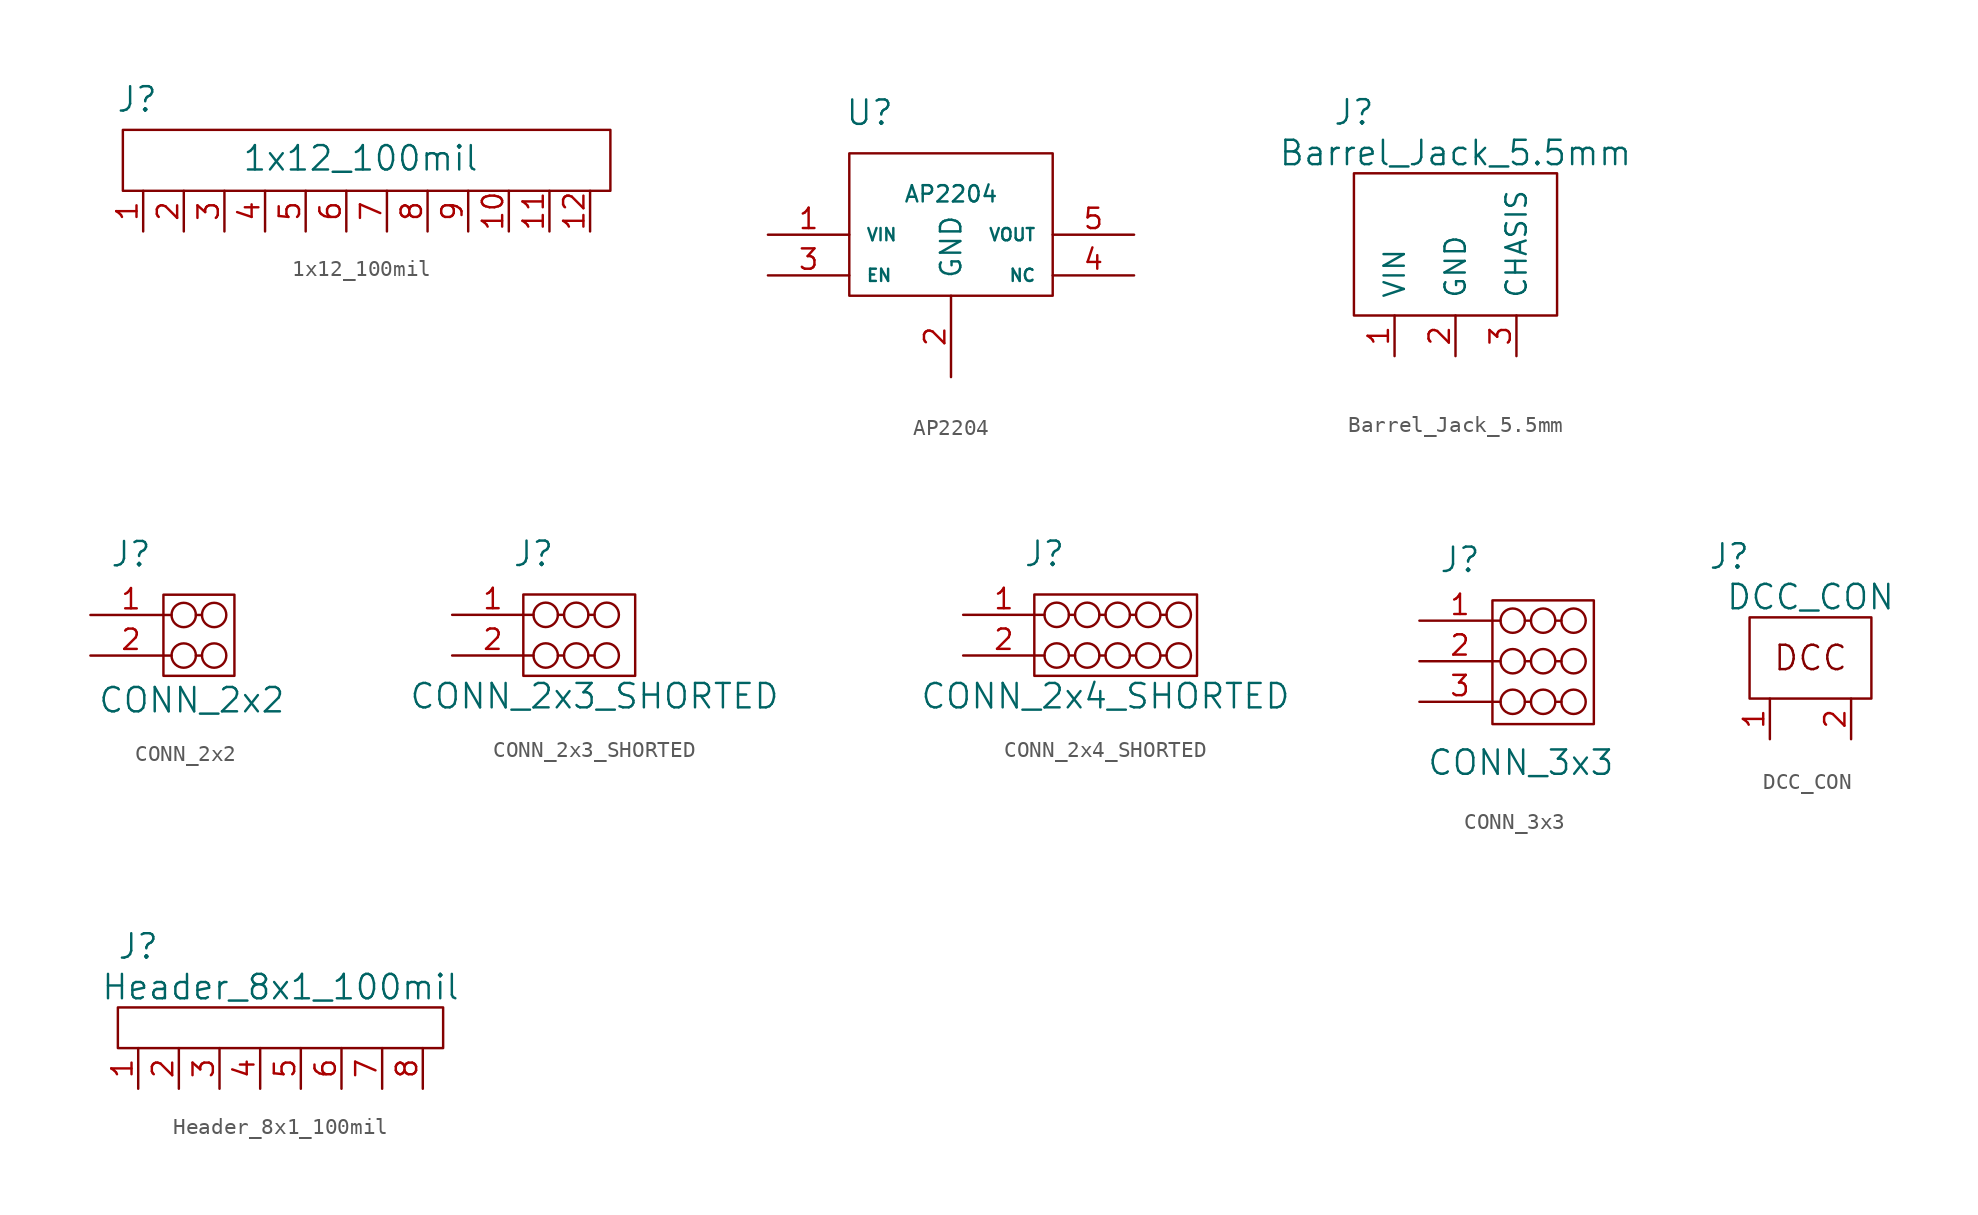
<source format=kicad_sym>
(kicad_symbol_lib
  (version 20211014)
  (generator kicad_symbol_editor)
  (symbol "1x12_100mil"
    (pin_names
      (offset 1.016))
    (property "Reference" "J"
      (at -11.811 5.715 0)
      (effects (font (size 1.524 1.524))))
    (property "Value" "1x12_100mil"
      (at 2.159 2.032 0)
      (effects (font (size 1.524 1.524))))
    (property "Footprint" ""
      (at 0 0 0)
      (effects (font (size 1.524 1.524))))
    (property "Datasheet" ""
      (at 0 0 0)
      (effects (font (size 1.524 1.524))))
    (symbol "1x12_100mil_0_1"
      (rectangle (start -12.7 3.81) (end 17.78 0) (stroke (width 0) (type default) (color 0 0 0 0)) (fill (type none))))
    (symbol "1x12_100mil_1_1"
      (pin input line (at -11.43 -2.54 90) (length 2.54) (name "~" (effects (font (size 1.27 1.27)))) (number "1" (effects (font (size 1.27 1.27)))))
      (pin input line (at 11.43 -2.54 90) (length 2.54) (name "~" (effects (font (size 1.27 1.27)))) (number "10" (effects (font (size 1.27 1.27)))))
      (pin input line (at 13.97 -2.54 90) (length 2.54) (name "~" (effects (font (size 1.27 1.27)))) (number "11" (effects (font (size 1.27 1.27)))))
      (pin input line (at 16.51 -2.54 90) (length 2.54) (name "~" (effects (font (size 1.27 1.27)))) (number "12" (effects (font (size 1.27 1.27)))))
      (pin input line (at -8.89 -2.54 90) (length 2.54) (name "~" (effects (font (size 1.27 1.27)))) (number "2" (effects (font (size 1.27 1.27)))))
      (pin input line (at -6.35 -2.54 90) (length 2.54) (name "~" (effects (font (size 1.27 1.27)))) (number "3" (effects (font (size 1.27 1.27)))))
      (pin input line (at -3.81 -2.54 90) (length 2.54) (name "~" (effects (font (size 1.27 1.27)))) (number "4" (effects (font (size 1.27 1.27)))))
      (pin input line (at -1.27 -2.54 90) (length 2.54) (name "~" (effects (font (size 1.27 1.27)))) (number "5" (effects (font (size 1.27 1.27)))))
      (pin input line (at 1.27 -2.54 90) (length 2.54) (name "~" (effects (font (size 1.27 1.27)))) (number "6" (effects (font (size 1.27 1.27)))))
      (pin input line (at 3.81 -2.54 90) (length 2.54) (name "~" (effects (font (size 1.27 1.27)))) (number "7" (effects (font (size 1.27 1.27)))))
      (pin input line (at 6.35 -2.54 90) (length 2.54) (name "~" (effects (font (size 1.27 1.27)))) (number "8" (effects (font (size 1.27 1.27)))))
      (pin input line (at 8.89 -2.54 90) (length 2.54) (name "~" (effects (font (size 1.27 1.27)))) (number "9" (effects (font (size 1.27 1.27)))))))
  (symbol "AP2204"
    (pin_names
      (offset 1.016))
    (property "Reference" "U"
      (at -5.08 8.89 0)
      (effects (font (size 1.524 1.524))))
    (property "Value" "AP2204"
      (at 0 3.81 0)
      (effects (font (size 1.016 1.016))))
    (symbol "AP2204_0_1"
      (rectangle (start -6.35 6.35) (end 6.35 -2.54) (stroke (width 0) (type default) (color 0 0 0 0)) (fill (type none))))
    (symbol "AP2204_1_1"
      (pin input line (at -11.43 1.27 0) (length 5.08) (name "VIN" (effects (font (size 0.762 0.762)))) (number "1" (effects (font (size 1.27 1.27)))))
      (pin input line (at 0 -7.62 90) (length 5.08) (name "GND" (effects (font (size 1.27 1.27)))) (number "2" (effects (font (size 1.27 1.27)))))
      (pin input line (at -11.43 -1.27 0) (length 5.08) (name "EN" (effects (font (size 0.762 0.762)))) (number "3" (effects (font (size 1.27 1.27)))))
      (pin input line (at 11.43 -1.27 180) (length 5.08) (name "NC" (effects (font (size 0.762 0.762)))) (number "4" (effects (font (size 1.27 1.27)))))
      (pin input line (at 11.43 1.27 180) (length 5.08) (name "VOUT" (effects (font (size 0.762 0.762)))) (number "5" (effects (font (size 1.27 1.27)))))))
  (symbol "Barrel_Jack_5.5mm"
    (pin_names
      (offset 1.016))
    (property "Reference" "J"
      (at -6.35 8.89 0)
      (effects (font (size 1.524 1.524))))
    (property "Value" "Barrel_Jack_5.5mm"
      (at 0 6.35 0)
      (effects (font (size 1.524 1.524))))
    (property "Footprint" ""
      (at 0 -7.62 90)
      (effects (font (size 1.524 1.524))))
    (property "Datasheet" ""
      (at 0 -7.62 90)
      (effects (font (size 1.524 1.524))))
    (symbol "Barrel_Jack_5.5mm_0_1"
      (rectangle (start -6.35 -3.81) (end 6.35 5.08) (stroke (width 0) (type default) (color 0 0 0 0)) (fill (type none))))
    (symbol "Barrel_Jack_5.5mm_1_1"
      (pin input line (at -3.81 -6.35 90) (length 2.54) (name "VIN" (effects (font (size 1.27 1.27)))) (number "1" (effects (font (size 1.27 1.27)))))
      (pin input line (at 0 -6.35 90) (length 2.54) (name "GND" (effects (font (size 1.27 1.27)))) (number "2" (effects (font (size 1.27 1.27)))))
      (pin input line (at 3.81 -6.35 90) (length 2.54) (name "CHASIS" (effects (font (size 1.27 1.27)))) (number "3" (effects (font (size 1.27 1.27)))))))
  (symbol "CONN_2x2"
    (pin_names
      (offset 1.016))
    (property "Reference" "J"
      (at -3.81 6.35 0)
      (effects (font (size 1.524 1.524))))
    (property "Value" "CONN_2x2"
      (at 0 -2.794 0)
      (effects (font (size 1.524 1.524))))
    (symbol "CONN_2x2_0_1"
      (rectangle (start -1.778 3.81) (end 2.667 -1.27) (stroke (width 0) (type default) (color 0 0 0 0)) (fill (type none)))
      (circle (center -0.508 0) (radius 0.762) (stroke (width 0) (type default) (color 0 0 0 0)) (fill (type none)))
      (circle (center -0.508 2.54) (radius 0.762) (stroke (width 0) (type default) (color 0 0 0 0)) (fill (type none)))
      (polyline (pts (xy 0.254 0) (xy 0.635 0)) (stroke (width 0) (type default) (color 0 0 0 0)) (fill (type none)))
      (polyline (pts (xy 0.635 2.54) (xy 0.254 2.54)) (stroke (width 0) (type default) (color 0 0 0 0)) (fill (type none)))
      (circle (center 1.397 0) (radius 0.762) (stroke (width 0) (type default) (color 0 0 0 0)) (fill (type none)))
      (circle (center 1.397 2.54) (radius 0.762) (stroke (width 0) (type default) (color 0 0 0 0)) (fill (type none))))
    (symbol "CONN_2x2_1_1"
      (pin input line (at -6.35 2.54 0) (length 5.08) (name "~" (effects (font (size 1.27 1.27)))) (number "1" (effects (font (size 1.27 1.27)))))
      (pin input line (at -6.35 0 0) (length 5.08) (name "~" (effects (font (size 1.27 1.27)))) (number "2" (effects (font (size 1.27 1.27)))))))
  (symbol "CONN_2x3_SHORTED"
    (pin_names
      (offset 1.016))
    (property "Reference" "J"
      (at -2.54 5.08 0)
      (effects (font (size 1.524 1.524))))
    (property "Value" "CONN_2x3_SHORTED"
      (at 1.27 -3.81 0)
      (effects (font (size 1.524 1.524))))
    (symbol "CONN_2x3_SHORTED_0_1"
      (rectangle (start -3.175 2.54) (end 3.81 -2.54) (stroke (width 0) (type default) (color 0 0 0 0)) (fill (type none)))
      (circle (center -1.778 -1.27) (radius 0.762) (stroke (width 0) (type default) (color 0 0 0 0)) (fill (type none)))
      (circle (center -1.778 1.27) (radius 0.762) (stroke (width 0) (type default) (color 0 0 0 0)) (fill (type none)))
      (polyline (pts (xy -1.016 1.27) (xy -0.635 1.27)) (stroke (width 0) (type default) (color 0 0 0 0)) (fill (type none)))
      (polyline (pts (xy -0.635 -1.27) (xy -1.016 -1.27)) (stroke (width 0) (type default) (color 0 0 0 0)) (fill (type none)))
      (polyline (pts (xy 0.889 1.27) (xy 1.27 1.27)) (stroke (width 0) (type default) (color 0 0 0 0)) (fill (type none)))
      (polyline (pts (xy 1.27 -1.27) (xy 0.889 -1.27)) (stroke (width 0) (type default) (color 0 0 0 0)) (fill (type none)))
      (circle (center 0.127 -1.27) (radius 0.762) (stroke (width 0) (type default) (color 0 0 0 0)) (fill (type none)))
      (circle (center 0.127 1.27) (radius 0.762) (stroke (width 0) (type default) (color 0 0 0 0)) (fill (type none)))
      (circle (center 2.032 -1.27) (radius 0.762) (stroke (width 0) (type default) (color 0 0 0 0)) (fill (type none)))
      (circle (center 2.032 1.27) (radius 0.762) (stroke (width 0) (type default) (color 0 0 0 0)) (fill (type none))))
    (symbol "CONN_2x3_SHORTED_1_1"
      (pin input line (at -7.62 1.27 0) (length 5.08) (name "~" (effects (font (size 1.27 1.27)))) (number "1" (effects (font (size 1.27 1.27)))))
      (pin input line (at -7.62 -1.27 0) (length 5.08) (name "~" (effects (font (size 1.27 1.27)))) (number "2" (effects (font (size 1.27 1.27)))))))
  (symbol "CONN_2x4_SHORTED"
    (pin_names
      (offset 1.016))
    (property "Reference" "J"
      (at -2.54 5.08 0)
      (effects (font (size 1.524 1.524))))
    (property "Value" "CONN_2x4_SHORTED"
      (at 1.27 -3.81 0)
      (effects (font (size 1.524 1.524))))
    (symbol "CONN_2x4_SHORTED_0_1"
      (rectangle (start -3.175 2.54) (end 6.985 -2.54) (stroke (width 0) (type default) (color 0 0 0 0)) (fill (type none)))
      (circle (center -1.778 -1.27) (radius 0.762) (stroke (width 0) (type default) (color 0 0 0 0)) (fill (type none)))
      (circle (center -1.778 1.27) (radius 0.762) (stroke (width 0) (type default) (color 0 0 0 0)) (fill (type none)))
      (polyline (pts (xy -1.016 1.27) (xy -0.635 1.27)) (stroke (width 0) (type default) (color 0 0 0 0)) (fill (type none)))
      (polyline (pts (xy -0.635 -1.27) (xy -1.016 -1.27)) (stroke (width 0) (type default) (color 0 0 0 0)) (fill (type none)))
      (polyline (pts (xy 0.889 1.27) (xy 1.27 1.27)) (stroke (width 0) (type default) (color 0 0 0 0)) (fill (type none)))
      (polyline (pts (xy 1.27 -1.27) (xy 0.889 -1.27)) (stroke (width 0) (type default) (color 0 0 0 0)) (fill (type none)))
      (polyline (pts (xy 2.794 1.27) (xy 3.175 1.27)) (stroke (width 0) (type default) (color 0 0 0 0)) (fill (type none)))
      (polyline (pts (xy 3.175 -1.27) (xy 2.794 -1.27)) (stroke (width 0) (type default) (color 0 0 0 0)) (fill (type none)))
      (polyline (pts (xy 4.699 1.27) (xy 5.08 1.27)) (stroke (width 0) (type default) (color 0 0 0 0)) (fill (type none)))
      (polyline (pts (xy 5.08 -1.27) (xy 4.699 -1.27)) (stroke (width 0) (type default) (color 0 0 0 0)) (fill (type none)))
      (circle (center 0.127 -1.27) (radius 0.762) (stroke (width 0) (type default) (color 0 0 0 0)) (fill (type none)))
      (circle (center 0.127 1.27) (radius 0.762) (stroke (width 0) (type default) (color 0 0 0 0)) (fill (type none)))
      (circle (center 2.032 -1.27) (radius 0.762) (stroke (width 0) (type default) (color 0 0 0 0)) (fill (type none)))
      (circle (center 2.032 1.27) (radius 0.762) (stroke (width 0) (type default) (color 0 0 0 0)) (fill (type none)))
      (circle (center 3.937 -1.27) (radius 0.762) (stroke (width 0) (type default) (color 0 0 0 0)) (fill (type none)))
      (circle (center 3.937 1.27) (radius 0.762) (stroke (width 0) (type default) (color 0 0 0 0)) (fill (type none)))
      (circle (center 5.842 -1.27) (radius 0.762) (stroke (width 0) (type default) (color 0 0 0 0)) (fill (type none)))
      (circle (center 5.842 1.27) (radius 0.762) (stroke (width 0) (type default) (color 0 0 0 0)) (fill (type none))))
    (symbol "CONN_2x4_SHORTED_1_1"
      (pin input line (at -7.62 1.27 0) (length 5.08) (name "~" (effects (font (size 1.27 1.27)))) (number "1" (effects (font (size 1.27 1.27)))))
      (pin input line (at -7.62 -1.27 0) (length 5.08) (name "~" (effects (font (size 1.27 1.27)))) (number "2" (effects (font (size 1.27 1.27)))))))
  (symbol "CONN_3x3"
    (pin_names
      (offset 1.016))
    (property "Reference" "J"
      (at -3.81 6.35 0)
      (effects (font (size 1.524 1.524))))
    (property "Value" "CONN_3x3"
      (at 0 -6.35 0)
      (effects (font (size 1.524 1.524))))
    (symbol "CONN_3x3_0_1"
      (rectangle (start -1.778 3.81) (end 4.572 -3.937) (stroke (width 0) (type default) (color 0 0 0 0)) (fill (type none)))
      (circle (center -0.508 -2.54) (radius 0.762) (stroke (width 0) (type default) (color 0 0 0 0)) (fill (type none)))
      (circle (center -0.508 0) (radius 0.762) (stroke (width 0) (type default) (color 0 0 0 0)) (fill (type none)))
      (circle (center -0.508 2.54) (radius 0.762) (stroke (width 0) (type default) (color 0 0 0 0)) (fill (type none)))
      (polyline (pts (xy 0.254 -2.54) (xy 0.635 -2.54)) (stroke (width 0) (type default) (color 0 0 0 0)) (fill (type none)))
      (polyline (pts (xy 0.254 0) (xy 0.635 0)) (stroke (width 0) (type default) (color 0 0 0 0)) (fill (type none)))
      (polyline (pts (xy 0.635 2.54) (xy 0.254 2.54)) (stroke (width 0) (type default) (color 0 0 0 0)) (fill (type none)))
      (polyline (pts (xy 2.159 -2.54) (xy 2.54 -2.54)) (stroke (width 0) (type default) (color 0 0 0 0)) (fill (type none)))
      (polyline (pts (xy 2.159 0) (xy 2.54 0)) (stroke (width 0) (type default) (color 0 0 0 0)) (fill (type none)))
      (polyline (pts (xy 2.54 2.54) (xy 2.159 2.54)) (stroke (width 0) (type default) (color 0 0 0 0)) (fill (type none)))
      (circle (center 1.397 -2.54) (radius 0.762) (stroke (width 0) (type default) (color 0 0 0 0)) (fill (type none)))
      (circle (center 1.397 0) (radius 0.762) (stroke (width 0) (type default) (color 0 0 0 0)) (fill (type none)))
      (circle (center 1.397 2.54) (radius 0.762) (stroke (width 0) (type default) (color 0 0 0 0)) (fill (type none)))
      (circle (center 3.302 -2.54) (radius 0.762) (stroke (width 0) (type default) (color 0 0 0 0)) (fill (type none)))
      (circle (center 3.302 0) (radius 0.762) (stroke (width 0) (type default) (color 0 0 0 0)) (fill (type none)))
      (circle (center 3.302 2.54) (radius 0.762) (stroke (width 0) (type default) (color 0 0 0 0)) (fill (type none))))
    (symbol "CONN_3x3_1_1"
      (pin input line (at -6.35 2.54 0) (length 5.08) (name "~" (effects (font (size 1.27 1.27)))) (number "1" (effects (font (size 1.27 1.27)))))
      (pin input line (at -6.35 0 0) (length 5.08) (name "~" (effects (font (size 1.27 1.27)))) (number "2" (effects (font (size 1.27 1.27)))))
      (pin input line (at -6.35 -2.54 0) (length 5.08) (name "~" (effects (font (size 1.27 1.27)))) (number "3" (effects (font (size 1.27 1.27)))))))
  (symbol "DCC_CON"
    (pin_names
      (offset 1.016))
    (property "Reference" "J"
      (at -5.08 6.35 0)
      (effects (font (size 1.524 1.524))))
    (property "Value" "DCC_CON"
      (at 0 3.81 0)
      (effects (font (size 1.524 1.524))))
    (property "Footprint" ""
      (at 1.27 -2.54 90)
      (effects (font (size 1.524 1.524))))
    (property "Datasheet" ""
      (at 1.27 -2.54 90)
      (effects (font (size 1.524 1.524))))
    (symbol "DCC_CON_0_0"
      (text "DCC" (at 0 0 0) (effects (font (size 1.524 1.524)))))
    (symbol "DCC_CON_0_1"
      (rectangle (start 3.81 -2.54) (end -3.81 2.54) (stroke (width 0) (type default) (color 0 0 0 0)) (fill (type none))))
    (symbol "DCC_CON_1_1"
      (pin input line (at -2.54 -5.08 90) (length 2.54) (name "~" (effects (font (size 1.27 1.27)))) (number "1" (effects (font (size 1.27 1.27)))))
      (pin input line (at 2.54 -5.08 90) (length 2.54) (name "~" (effects (font (size 1.27 1.27)))) (number "2" (effects (font (size 1.27 1.27)))))))
  (symbol "Header_8x1_100mil"
    (pin_names
      (offset 1.016))
    (property "Reference" "J"
      (at -8.89 5.08 0)
      (effects (font (size 1.524 1.524))))
    (property "Value" "Header_8x1_100mil"
      (at 0 2.54 0)
      (effects (font (size 1.524 1.524))))
    (property "Footprint" ""
      (at 1.27 -1.27 0)
      (effects (font (size 1.524 1.524))))
    (property "Datasheet" ""
      (at 1.27 -1.27 0)
      (effects (font (size 1.524 1.524))))
    (symbol "Header_8x1_100mil_0_1"
      (rectangle (start -10.16 1.27) (end 10.16 -1.27) (stroke (width 0) (type default) (color 0 0 0 0)) (fill (type none))))
    (symbol "Header_8x1_100mil_1_1"
      (pin input line (at -8.89 -3.81 90) (length 2.54) (name "~" (effects (font (size 1.27 1.27)))) (number "1" (effects (font (size 1.27 1.27)))))
      (pin input line (at -6.35 -3.81 90) (length 2.54) (name "~" (effects (font (size 1.27 1.27)))) (number "2" (effects (font (size 1.27 1.27)))))
      (pin input line (at -3.81 -3.81 90) (length 2.54) (name "~" (effects (font (size 1.27 1.27)))) (number "3" (effects (font (size 1.27 1.27)))))
      (pin input line (at -1.27 -3.81 90) (length 2.54) (name "~" (effects (font (size 1.27 1.27)))) (number "4" (effects (font (size 1.27 1.27)))))
      (pin input line (at 1.27 -3.81 90) (length 2.54) (name "~" (effects (font (size 1.27 1.27)))) (number "5" (effects (font (size 1.27 1.27)))))
      (pin input line (at 3.81 -3.81 90) (length 2.54) (name "~" (effects (font (size 1.27 1.27)))) (number "6" (effects (font (size 1.27 1.27)))))
      (pin input line (at 6.35 -3.81 90) (length 2.54) (name "~" (effects (font (size 1.27 1.27)))) (number "7" (effects (font (size 1.27 1.27)))))
      (pin input line (at 8.89 -3.81 90) (length 2.54) (name "~" (effects (font (size 1.27 1.27)))) (number "8" (effects (font (size 1.27 1.27))))))))
</source>
